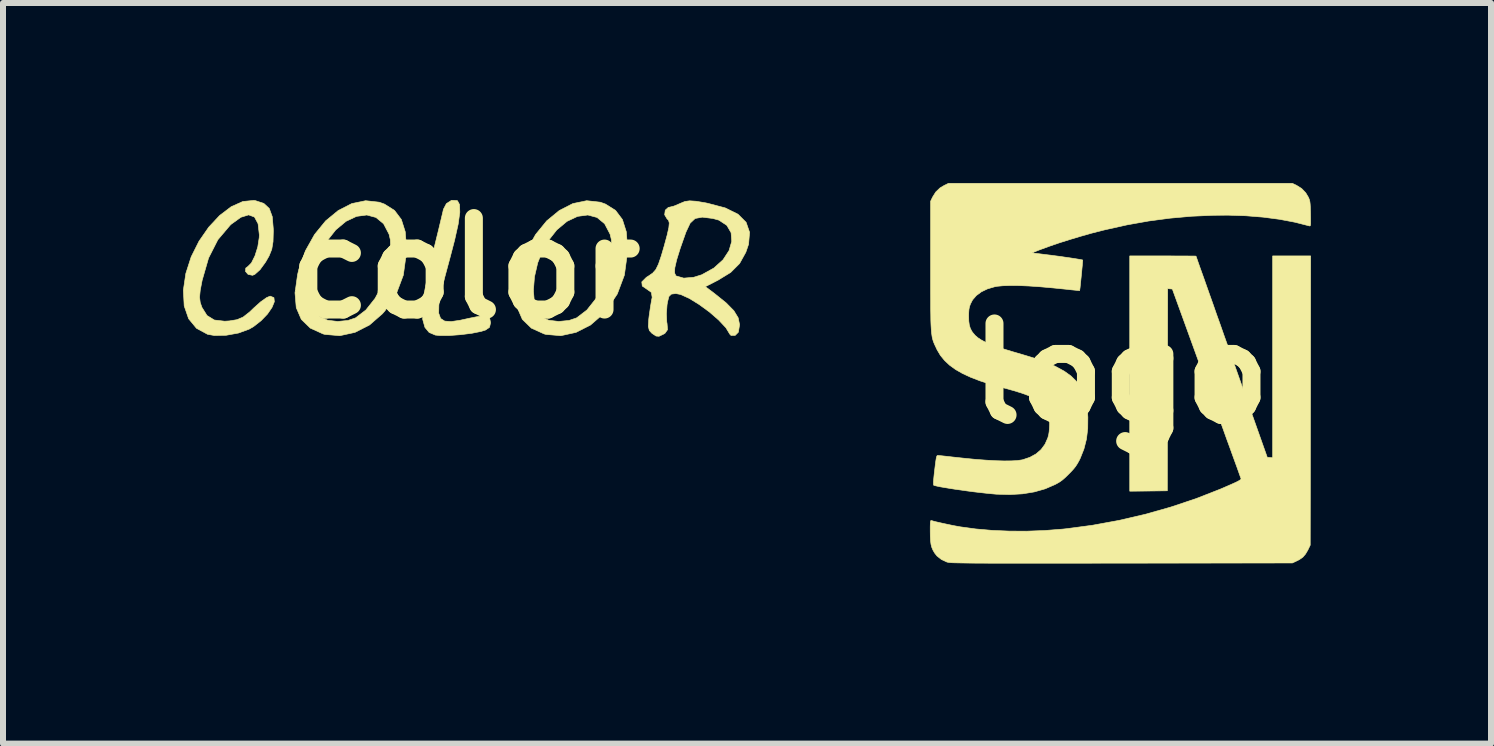
<source format=kicad_pcb>
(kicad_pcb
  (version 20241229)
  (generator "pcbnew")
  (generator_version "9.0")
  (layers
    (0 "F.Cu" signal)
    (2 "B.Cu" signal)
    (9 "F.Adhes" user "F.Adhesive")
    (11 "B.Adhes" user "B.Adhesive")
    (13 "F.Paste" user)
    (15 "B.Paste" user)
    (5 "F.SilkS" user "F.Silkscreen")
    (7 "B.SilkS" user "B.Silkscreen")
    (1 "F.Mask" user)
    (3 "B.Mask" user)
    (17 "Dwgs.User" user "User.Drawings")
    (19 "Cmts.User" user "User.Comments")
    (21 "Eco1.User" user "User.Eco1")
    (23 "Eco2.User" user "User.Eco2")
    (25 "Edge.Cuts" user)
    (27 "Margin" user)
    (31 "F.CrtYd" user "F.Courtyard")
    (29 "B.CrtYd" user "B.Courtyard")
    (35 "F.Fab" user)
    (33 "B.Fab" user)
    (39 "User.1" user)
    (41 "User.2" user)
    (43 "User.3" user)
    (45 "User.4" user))
  (footprint "logo"
    (layer "F.Cu")
    (at 15.624 3.174)
    (property "Reference" "logo" (at 0 0 0) (layer "F.SilkS") (effects (font (size 1.524 1.524) (thickness 0.3))))
    (attr through_hole)
    (fp_poly (pts (xy 0.815 -1.96) (xy 0.921 -1.959) (xy 1.017 -1.959) (xy 1.1 -1.959) (xy 1.168 -1.958) (xy 1.217 -1.958) (xy 1.246 -1.957) (xy 1.253 -1.956) (xy 1.257 -1.945) (xy 1.269 -1.911) (xy 1.288 -1.856) (xy 1.314 -1.782) (xy 1.347 -1.69) (xy 1.386 -1.581) (xy 1.43 -1.456) (xy 1.479 -1.317) (xy 1.533 -1.166) (xy 1.59 -1.002) (xy 1.652 -0.829) (xy 1.716 -0.646) (xy 1.784 -0.456) (xy 1.847 -0.279) (xy 2.44 1.395) (xy 2.485 1.399) (xy 2.53 1.403) (xy 2.53 -1.96) (xy 3.163 -1.96) (xy 3.16 0.45) (xy 3.156 2.859) (xy 3.116 2.942) (xy 3.077 3.008) (xy 3.033 3.059) (xy 2.975 3.1) (xy 2.927 3.124) (xy 2.859 3.156) (xy 0.012 3.159) (xy -0.301 3.159) (xy -0.591 3.16) (xy -0.858 3.16) (xy -1.103 3.16) (xy -1.328 3.16) (xy -1.532 3.16) (xy -1.717 3.16) (xy -1.884 3.16) (xy -2.034 3.16) (xy -2.168 3.16) (xy -2.287 3.159) (xy -2.392 3.159) (xy -2.483 3.158) (xy -2.562 3.157) (xy -2.63 3.156) (xy -2.687 3.155) (xy -2.735 3.154) (xy -2.775 3.153) (xy -2.807 3.152) (xy -2.833 3.15) (xy -2.853 3.148) (xy -2.869 3.146) (xy -2.881 3.144) (xy -2.891 3.142) (xy -2.898 3.14) (xy -2.99 3.097) (xy -3.063 3.039) (xy -3.101 2.991) (xy -3.128 2.945) (xy -3.148 2.899) (xy -3.162 2.847) (xy -3.17 2.785) (xy -3.174 2.707) (xy -3.175 2.626) (xy -3.175 2.554) (xy -3.174 2.505) (xy -3.172 2.472) (xy -3.168 2.455) (xy -3.163 2.448) (xy -3.155 2.449) (xy -3.153 2.449) (xy -3.125 2.458) (xy -3.078 2.47) (xy -3.017 2.484) (xy -2.945 2.5) (xy -2.869 2.516) (xy -2.794 2.532) (xy -2.723 2.545) (xy -2.673 2.554) (xy -2.417 2.589) (xy -2.143 2.613) (xy -1.857 2.625) (xy -1.564 2.626) (xy -1.267 2.615) (xy -0.972 2.592) (xy -0.905 2.585) (xy -0.47 2.527) (xy -0.033 2.447) (xy 0.402 2.346) (xy 0.831 2.225) (xy 1.25 2.085) (xy 1.657 1.926) (xy 1.857 1.839) (xy 1.921 1.81) (xy 1.965 1.787) (xy 1.991 1.771) (xy 2.003 1.758) (xy 2.003 1.75) (xy 1.998 1.736) (xy 1.985 1.701) (xy 1.965 1.644) (xy 1.938 1.568) (xy 1.904 1.475) (xy 1.864 1.365) (xy 1.819 1.24) (xy 1.768 1.101) (xy 1.714 0.95) (xy 1.655 0.788) (xy 1.593 0.616) (xy 1.527 0.436) (xy 1.46 0.249) (xy 1.428 0.161) (xy 0.859 -1.408) (xy 0.781 -1.415) (xy 0.775 1.953) (xy 0.462 1.957) (xy 0.149 1.96) (xy 0.149 -1.96) (xy 0.701 -1.96) (xy 0.815 -1.96)) (stroke (width 0.01) (type solid)) (fill yes) (layer "F.SilkS"))
    (fp_poly (pts (xy 2.928 -3.136) (xy 3.013 -3.083) (xy 3.081 -3.012) (xy 3.124 -2.94) (xy 3.136 -2.913) (xy 3.145 -2.888) (xy 3.151 -2.859) (xy 3.155 -2.822) (xy 3.158 -2.773) (xy 3.16 -2.706) (xy 3.161 -2.662) (xy 3.162 -2.586) (xy 3.162 -2.531) (xy 3.162 -2.494) (xy 3.159 -2.472) (xy 3.155 -2.461) (xy 3.148 -2.459) (xy 3.142 -2.46) (xy 2.903 -2.521) (xy 2.645 -2.57) (xy 2.372 -2.606) (xy 2.085 -2.629) (xy 1.787 -2.639) (xy 1.544 -2.637) (xy 1.178 -2.621) (xy 0.821 -2.589) (xy 0.466 -2.542) (xy 0.107 -2.478) (xy -0.261 -2.396) (xy -0.323 -2.381) (xy -0.494 -2.337) (xy -0.673 -2.286) (xy -0.853 -2.232) (xy -1.03 -2.176) (xy -1.196 -2.119) (xy -1.346 -2.064) (xy -1.388 -2.048) (xy -1.481 -2.011) (xy -1.426 -2.004) (xy -1.394 -2) (xy -1.344 -1.994) (xy -1.281 -1.986) (xy -1.209 -1.977) (xy -1.166 -1.972) (xy -1.093 -1.962) (xy -1.014 -1.952) (xy -0.934 -1.94) (xy -0.856 -1.929) (xy -0.784 -1.918) (xy -0.722 -1.908) (xy -0.674 -1.9) (xy -0.644 -1.894) (xy -0.635 -1.892) (xy -0.635 -1.879) (xy -0.638 -1.846) (xy -0.642 -1.798) (xy -0.648 -1.738) (xy -0.654 -1.672) (xy -0.661 -1.603) (xy -0.668 -1.537) (xy -0.674 -1.477) (xy -0.679 -1.428) (xy -0.684 -1.395) (xy -0.686 -1.382) (xy -0.686 -1.382) (xy -0.698 -1.383) (xy -0.731 -1.386) (xy -0.781 -1.391) (xy -0.843 -1.397) (xy -0.893 -1.403) (xy -1.129 -1.427) (xy -1.342 -1.446) (xy -1.532 -1.459) (xy -1.699 -1.466) (xy -1.843 -1.467) (xy -1.963 -1.463) (xy -2.06 -1.454) (xy -2.102 -1.446) (xy -2.221 -1.411) (xy -2.323 -1.362) (xy -2.407 -1.3) (xy -2.47 -1.227) (xy -2.506 -1.157) (xy -2.521 -1.114) (xy -2.53 -1.069) (xy -2.534 -1.015) (xy -2.535 -0.961) (xy -2.533 -0.875) (xy -2.524 -0.808) (xy -2.507 -0.752) (xy -2.481 -0.703) (xy -2.464 -0.68) (xy -2.428 -0.637) (xy -2.383 -0.598) (xy -2.327 -0.561) (xy -2.259 -0.525) (xy -2.176 -0.488) (xy -2.076 -0.451) (xy -1.956 -0.411) (xy -1.815 -0.368) (xy -1.767 -0.354) (xy -1.634 -0.315) (xy -1.521 -0.281) (xy -1.426 -0.251) (xy -1.345 -0.224) (xy -1.274 -0.199) (xy -1.21 -0.174) (xy -1.15 -0.148) (xy -1.09 -0.12) (xy -1.073 -0.111) (xy -0.941 -0.039) (xy -0.831 0.04) (xy -0.742 0.127) (xy -0.671 0.225) (xy -0.617 0.337) (xy -0.58 0.463) (xy -0.557 0.608) (xy -0.549 0.726) (xy -0.551 0.915) (xy -0.572 1.091) (xy -0.614 1.256) (xy -0.676 1.412) (xy -0.692 1.445) (xy -0.722 1.499) (xy -0.753 1.547) (xy -0.79 1.593) (xy -0.838 1.645) (xy -0.868 1.675) (xy -0.925 1.731) (xy -0.973 1.773) (xy -1.019 1.806) (xy -1.069 1.835) (xy -1.098 1.85) (xy -1.262 1.921) (xy -1.442 1.972) (xy -1.637 2.004) (xy -1.847 2.016) (xy -2.072 2.01) (xy -2.084 2.009) (xy -2.162 2.002) (xy -2.251 1.993) (xy -2.349 1.982) (xy -2.452 1.97) (xy -2.558 1.956) (xy -2.662 1.941) (xy -2.763 1.927) (xy -2.858 1.912) (xy -2.942 1.898) (xy -3.013 1.886) (xy -3.069 1.874) (xy -3.105 1.865) (xy -3.119 1.859) (xy -3.121 1.843) (xy -3.121 1.803) (xy -3.116 1.743) (xy -3.108 1.664) (xy -3.101 1.606) (xy -3.091 1.523) (xy -3.083 1.462) (xy -3.076 1.418) (xy -3.07 1.39) (xy -3.064 1.374) (xy -3.057 1.366) (xy -3.048 1.364) (xy -3.046 1.364) (xy -3.025 1.366) (xy -2.985 1.37) (xy -2.929 1.376) (xy -2.863 1.383) (xy -2.815 1.389) (xy -2.61 1.411) (xy -2.418 1.43) (xy -2.243 1.443) (xy -2.085 1.452) (xy -1.946 1.456) (xy -1.826 1.455) (xy -1.728 1.45) (xy -1.652 1.439) (xy -1.635 1.436) (xy -1.514 1.395) (xy -1.411 1.338) (xy -1.327 1.265) (xy -1.262 1.176) (xy -1.216 1.072) (xy -1.201 1.015) (xy -1.194 0.971) (xy -1.189 0.913) (xy -1.186 0.852) (xy -1.186 0.837) (xy -1.189 0.753) (xy -1.201 0.679) (xy -1.222 0.613) (xy -1.256 0.555) (xy -1.302 0.502) (xy -1.364 0.454) (xy -1.442 0.409) (xy -1.538 0.367) (xy -1.653 0.325) (xy -1.79 0.283) (xy -1.95 0.239) (xy -1.965 0.235) (xy -2.167 0.18) (xy -2.345 0.122) (xy -2.501 0.062) (xy -2.637 -0.001) (xy -2.754 -0.068) (xy -2.853 -0.14) (xy -2.936 -0.218) (xy -3.005 -0.302) (xy -3.06 -0.395) (xy -3.068 -0.411) (xy -3.084 -0.446) (xy -3.099 -0.477) (xy -3.112 -0.507) (xy -3.124 -0.537) (xy -3.133 -0.568) (xy -3.142 -0.603) (xy -3.148 -0.643) (xy -3.154 -0.689) (xy -3.158 -0.745) (xy -3.162 -0.81) (xy -3.165 -0.887) (xy -3.166 -0.978) (xy -3.168 -1.085) (xy -3.168 -1.208) (xy -3.169 -1.351) (xy -3.169 -1.514) (xy -3.169 -1.699) (xy -3.169 -1.798) (xy -3.169 -2.871) (xy -3.136 -2.94) (xy -3.083 -3.025) (xy -3.012 -3.093) (xy -2.94 -3.136) (xy -2.871 -3.169) (xy 2.859 -3.169) (xy 2.928 -3.136)) (stroke (width 0.01) (type solid)) (fill yes) (layer "F.SilkS")))
  (footprint "color"
    (layer "F.Cu")
    (at 4.7 1.418)
    (property "Reference" "color" (at 0 0 0) (layer "F.SilkS") (effects (font (size 1.524 1.524) (thickness 0.3))))
    (attr through_hole)
    (fp_poly (pts (xy -0.137 -1.127) (xy -0.127 -1.122) (xy -0.093 -1.059) (xy -0.089 -0.931) (xy -0.116 -0.734) (xy -0.176 -0.465) (xy -0.248 -0.19) (xy -0.339 0.148) (xy -0.403 0.412) (xy -0.438 0.611) (xy -0.441 0.75) (xy -0.409 0.838) (xy -0.341 0.882) (xy -0.233 0.89) (xy -0.084 0.868) (xy 0.085 0.831) (xy 0.253 0.797) (xy 0.356 0.796) (xy 0.408 0.831) (xy 0.423 0.906) (xy 0.423 0.912) (xy 0.406 0.985) (xy 0.339 1.031) (xy 0.265 1.054) (xy 0.111 1.085) (xy -0.074 1.108) (xy -0.26 1.122) (xy -0.417 1.123) (xy -0.497 1.115) (xy -0.6 1.071) (xy -0.67 0.987) (xy -0.707 0.855) (xy -0.711 0.67) (xy -0.683 0.424) (xy -0.623 0.112) (xy -0.553 -0.191) (xy -0.495 -0.427) (xy -0.442 -0.642) (xy -0.4 -0.818) (xy -0.371 -0.94) (xy -0.362 -0.981) (xy -0.312 -1.076) (xy -0.226 -1.131) (xy -0.137 -1.127)) (stroke (width 0.01) (type solid)) (fill yes) (layer "F.SilkS"))
    (fp_poly (pts (xy -1.431 -1.099) (xy -1.345 -1.068) (xy -1.177 -0.962) (xy -1.063 -0.811) (xy -0.998 -0.606) (xy -0.978 -0.339) (xy -0.981 -0.242) (xy -1.03 0.116) (xy -1.148 0.43) (xy -1.337 0.712) (xy -1.379 0.76) (xy -1.594 0.947) (xy -1.836 1.07) (xy -2.088 1.125) (xy -2.335 1.104) (xy -2.366 1.096) (xy -2.58 0.999) (xy -2.73 0.853) (xy -2.814 0.658) (xy -2.835 0.41) (xy -2.829 0.371) (xy -2.546 0.371) (xy -2.529 0.574) (xy -2.477 0.733) (xy -2.414 0.812) (xy -2.29 0.868) (xy -2.124 0.888) (xy -1.951 0.871) (xy -1.825 0.828) (xy -1.654 0.697) (xy -1.501 0.504) (xy -1.376 0.27) (xy -1.286 0.014) (xy -1.24 -0.24) (xy -1.246 -0.473) (xy -1.268 -0.566) (xy -1.359 -0.74) (xy -1.486 -0.845) (xy -1.64 -0.886) (xy -1.81 -0.863) (xy -1.986 -0.78) (xy -2.156 -0.638) (xy -2.311 -0.441) (xy -2.387 -0.309) (xy -2.474 -0.089) (xy -2.528 0.144) (xy -2.546 0.371) (xy -2.829 0.371) (xy -2.792 0.108) (xy -2.771 0.019) (xy -2.661 -0.29) (xy -2.509 -0.561) (xy -2.324 -0.788) (xy -2.114 -0.961) (xy -1.889 -1.076) (xy -1.658 -1.124) (xy -1.431 -1.099)) (stroke (width 0.01) (type solid)) (fill yes) (layer "F.SilkS"))
    (fp_poly (pts (xy 2.252 -1.099) (xy 2.338 -1.068) (xy 2.506 -0.962) (xy 2.62 -0.811) (xy 2.685 -0.606) (xy 2.705 -0.339) (xy 2.702 -0.242) (xy 2.653 0.116) (xy 2.535 0.43) (xy 2.346 0.712) (xy 2.304 0.76) (xy 2.089 0.947) (xy 1.847 1.07) (xy 1.595 1.125) (xy 1.348 1.104) (xy 1.317 1.096) (xy 1.103 0.999) (xy 0.953 0.853) (xy 0.869 0.658) (xy 0.848 0.41) (xy 0.854 0.371) (xy 1.137 0.371) (xy 1.154 0.574) (xy 1.206 0.733) (xy 1.269 0.812) (xy 1.393 0.868) (xy 1.559 0.888) (xy 1.732 0.871) (xy 1.858 0.828) (xy 2.029 0.697) (xy 2.182 0.504) (xy 2.307 0.27) (xy 2.397 0.014) (xy 2.443 -0.24) (xy 2.437 -0.473) (xy 2.415 -0.566) (xy 2.324 -0.74) (xy 2.197 -0.845) (xy 2.043 -0.886) (xy 1.873 -0.863) (xy 1.697 -0.78) (xy 1.527 -0.638) (xy 1.372 -0.441) (xy 1.296 -0.309) (xy 1.209 -0.089) (xy 1.155 0.144) (xy 1.137 0.371) (xy 0.854 0.371) (xy 0.891 0.108) (xy 0.912 0.019) (xy 1.022 -0.29) (xy 1.174 -0.561) (xy 1.359 -0.788) (xy 1.569 -0.961) (xy 1.794 -1.076) (xy 2.025 -1.124) (xy 2.252 -1.099)) (stroke (width 0.01) (type solid)) (fill yes) (layer "F.SilkS"))
    (fp_poly (pts (xy -3.494 -1.125) (xy -3.355 -1.079) (xy -3.264 -0.995) (xy -3.214 -0.859) (xy -3.197 -0.658) (xy -3.196 -0.617) (xy -3.201 -0.441) (xy -3.222 -0.315) (xy -3.267 -0.203) (xy -3.325 -0.102) (xy -3.418 0.026) (xy -3.505 0.104) (xy -3.542 0.119) (xy -3.616 0.104) (xy -3.66 0.054) (xy -3.655 -0.002) (xy -3.622 -0.026) (xy -3.561 -0.087) (xy -3.502 -0.205) (xy -3.455 -0.354) (xy -3.431 -0.509) (xy -3.429 -0.554) (xy -3.45 -0.74) (xy -3.51 -0.852) (xy -3.607 -0.888) (xy -3.737 -0.848) (xy -3.898 -0.732) (xy -3.916 -0.715) (xy -4.12 -0.474) (xy -4.275 -0.169) (xy -4.382 0.202) (xy -4.414 0.37) (xy -4.425 0.484) (xy -4.414 0.572) (xy -4.386 0.653) (xy -4.301 0.789) (xy -4.179 0.864) (xy -4.006 0.884) (xy -3.928 0.879) (xy -3.8 0.858) (xy -3.698 0.814) (xy -3.591 0.73) (xy -3.52 0.662) (xy -3.407 0.561) (xy -3.307 0.49) (xy -3.248 0.466) (xy -3.186 0.491) (xy -3.179 0.559) (xy -3.218 0.654) (xy -3.294 0.765) (xy -3.4 0.875) (xy -3.525 0.973) (xy -3.599 1.016) (xy -3.777 1.081) (xy -3.982 1.118) (xy -4.177 1.122) (xy -4.291 1.102) (xy -4.476 1.002) (xy -4.607 0.843) (xy -4.681 0.629) (xy -4.695 0.368) (xy -4.654 0.089) (xy -4.565 -0.188) (xy -4.435 -0.448) (xy -4.273 -0.682) (xy -4.091 -0.877) (xy -3.898 -1.024) (xy -3.704 -1.111) (xy -3.519 -1.129) (xy -3.494 -1.125)) (stroke (width 0.01) (type solid)) (fill yes) (layer "F.SilkS"))
    (fp_poly (pts (xy 3.847 -1.115) (xy 4.008 -1.088) (xy 4.041 -1.081) (xy 4.333 -1.004) (xy 4.546 -0.899) (xy 4.681 -0.764) (xy 4.739 -0.597) (xy 4.722 -0.398) (xy 4.676 -0.264) (xy 4.572 -0.077) (xy 4.424 0.071) (xy 4.213 0.2) (xy 4.002 0.308) (xy 4.149 0.418) (xy 4.347 0.577) (xy 4.477 0.709) (xy 4.549 0.827) (xy 4.572 0.94) (xy 4.572 0.944) (xy 4.552 1.067) (xy 4.499 1.12) (xy 4.43 1.121) (xy 4.409 1.099) (xy 4.345 0.993) (xy 4.225 0.865) (xy 4.071 0.731) (xy 3.9 0.606) (xy 3.733 0.503) (xy 3.589 0.438) (xy 3.511 0.423) (xy 3.436 0.432) (xy 3.395 0.472) (xy 3.371 0.567) (xy 3.364 0.61) (xy 3.353 0.759) (xy 3.359 0.896) (xy 3.364 0.924) (xy 3.372 1.025) (xy 3.331 1.083) (xy 3.308 1.098) (xy 3.23 1.135) (xy 3.181 1.131) (xy 3.113 1.086) (xy 3.069 1.039) (xy 3.052 0.97) (xy 3.059 0.852) (xy 3.065 0.8) (xy 3.086 0.654) (xy 3.106 0.533) (xy 3.116 0.487) (xy 3.103 0.404) (xy 3.042 0.36) (xy 2.951 0.298) (xy 2.943 0.229) (xy 3.02 0.152) (xy 3.057 0.129) (xy 3.125 0.082) (xy 3.127 0.08) (xy 3.489 0.08) (xy 3.511 0.126) (xy 3.517 0.13) (xy 3.642 0.166) (xy 3.807 0.152) (xy 3.942 0.11) (xy 4.144 -0.002) (xy 4.297 -0.14) (xy 4.397 -0.293) (xy 4.442 -0.447) (xy 4.431 -0.591) (xy 4.36 -0.713) (xy 4.228 -0.8) (xy 4.127 -0.828) (xy 3.951 -0.85) (xy 3.832 -0.828) (xy 3.749 -0.75) (xy 3.682 -0.608) (xy 3.676 -0.593) (xy 3.584 -0.332) (xy 3.524 -0.139) (xy 3.493 -0.005) (xy 3.489 0.08) (xy 3.127 0.08) (xy 3.177 0.023) (xy 3.221 -0.067) (xy 3.268 -0.205) (xy 3.315 -0.365) (xy 3.366 -0.553) (xy 3.394 -0.677) (xy 3.401 -0.753) (xy 3.389 -0.797) (xy 3.364 -0.822) (xy 3.324 -0.889) (xy 3.334 -0.966) (xy 3.386 -1.013) (xy 3.406 -1.016) (xy 3.478 -1.034) (xy 3.58 -1.077) (xy 3.586 -1.08) (xy 3.661 -1.111) (xy 3.74 -1.122) (xy 3.847 -1.115)) (stroke (width 0.01) (type solid)) (fill yes) (layer "F.SilkS")))
  (gr_rect
    (start -3 -3)
    (end 21.792 9.339)
    (stroke (width 0.1) (type default))
    (fill no)
    (layer "Edge.Cuts")))
</source>
